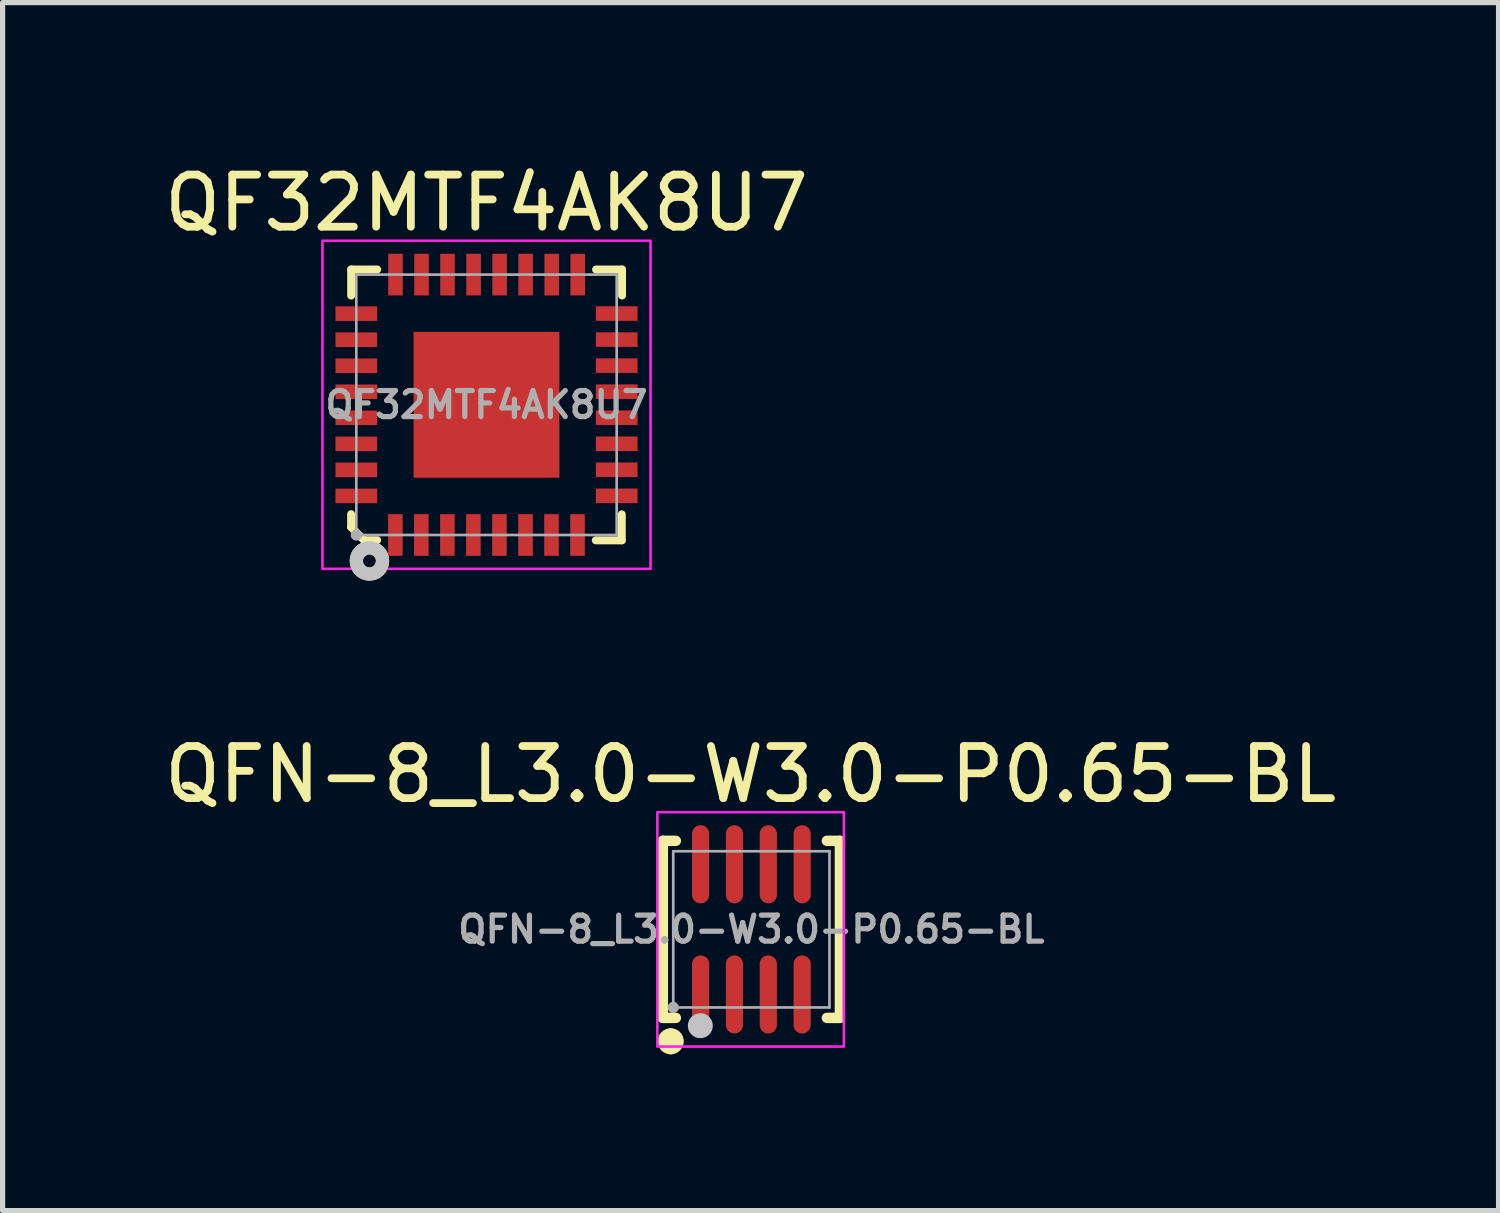
<source format=kicad_pcb>
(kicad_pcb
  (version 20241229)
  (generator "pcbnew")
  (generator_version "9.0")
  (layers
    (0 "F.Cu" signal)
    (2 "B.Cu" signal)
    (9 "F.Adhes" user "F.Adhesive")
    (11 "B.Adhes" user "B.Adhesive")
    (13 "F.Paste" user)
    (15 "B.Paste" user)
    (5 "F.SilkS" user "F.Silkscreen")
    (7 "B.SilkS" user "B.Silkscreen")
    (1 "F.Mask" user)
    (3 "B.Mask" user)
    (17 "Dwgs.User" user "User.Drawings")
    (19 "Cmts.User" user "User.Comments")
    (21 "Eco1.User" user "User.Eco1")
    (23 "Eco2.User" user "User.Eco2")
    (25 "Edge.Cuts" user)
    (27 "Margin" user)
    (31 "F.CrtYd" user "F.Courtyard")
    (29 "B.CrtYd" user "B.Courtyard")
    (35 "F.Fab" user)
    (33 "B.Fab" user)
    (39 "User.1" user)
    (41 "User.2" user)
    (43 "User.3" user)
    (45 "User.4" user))
  (footprint "QF32MTF4AK8U7"
    (layer "F.Cu")
    (at 6.292 4.723)
    (property "Reference" "QF32MTF4AK8U7" (at 0 -3.875 0) (layer "F.SilkS") (effects (font (size 1 1) (thickness 0.15))))
    (fp_line (start -2.6 2.1) (end -2.6 2.35) (stroke (width 0.152) (type default)) (layer "F.SilkS"))
    (fp_line (start -2.6 2.35) (end -2.35 2.6) (stroke (width 0.152) (type default)) (layer "F.SilkS"))
    (fp_line (start -2.599 -2.598) (end -2.599 -2.098) (stroke (width 0.152) (type default)) (layer "F.SilkS"))
    (fp_line (start -2.599 -2.598) (end -2.099 -2.598) (stroke (width 0.152) (type default)) (layer "F.SilkS"))
    (fp_line (start -2.35 2.6) (end -2.1 2.6) (stroke (width 0.152) (type default)) (layer "F.SilkS"))
    (fp_line (start 2.598 2.603) (end 2.098 2.603) (stroke (width 0.152) (type default)) (layer "F.SilkS"))
    (fp_line (start 2.598 2.603) (end 2.598 2.103) (stroke (width 0.152) (type default)) (layer "F.SilkS"))
    (fp_line (start 2.603 -2.598) (end 2.103 -2.598) (stroke (width 0.152) (type default)) (layer "F.SilkS"))
    (fp_line (start 2.603 -2.598) (end 2.603 -2.098) (stroke (width 0.152) (type default)) (layer "F.SilkS"))
    (fp_circle (center -2.248 2.998) (end -2.123 2.998) (stroke (width 0.254) (type default)) (fill no) (layer "F.SilkS"))
    (fp_poly (pts (xy -2.1 -1.61) (xy -2.1 -1.89) (xy -2.9 -1.89) (xy -2.9 -1.61)) (stroke (width 0) (type default)) (fill yes) (layer "F.Paste"))
    (fp_poly (pts (xy -2.1 -1.11) (xy -2.1 -1.39) (xy -2.9 -1.39) (xy -2.9 -1.11)) (stroke (width 0) (type default)) (fill yes) (layer "F.Paste"))
    (fp_poly (pts (xy -2.1 -0.61) (xy -2.1 -0.89) (xy -2.9 -0.89) (xy -2.9 -0.61)) (stroke (width 0) (type default)) (fill yes) (layer "F.Paste"))
    (fp_poly (pts (xy -2.1 -0.11) (xy -2.1 -0.39) (xy -2.9 -0.39) (xy -2.9 -0.11)) (stroke (width 0) (type default)) (fill yes) (layer "F.Paste"))
    (fp_poly (pts (xy -2.1 0.39) (xy -2.1 0.11) (xy -2.9 0.11) (xy -2.9 0.39)) (stroke (width 0) (type default)) (fill yes) (layer "F.Paste"))
    (fp_poly (pts (xy -2.1 0.89) (xy -2.1 0.61) (xy -2.9 0.61) (xy -2.9 0.89)) (stroke (width 0) (type default)) (fill yes) (layer "F.Paste"))
    (fp_poly (pts (xy -2.1 1.39) (xy -2.1 1.11) (xy -2.9 1.11) (xy -2.9 1.39)) (stroke (width 0) (type default)) (fill yes) (layer "F.Paste"))
    (fp_poly (pts (xy -2.1 1.89) (xy -2.1 1.61) (xy -2.9 1.61) (xy -2.9 1.89)) (stroke (width 0) (type default)) (fill yes) (layer "F.Paste"))
    (fp_poly (pts (xy -1.889 -2.9) (xy -1.889 -2.1) (xy -1.609 -2.1) (xy -1.609 -2.9)) (stroke (width 0) (type default)) (fill yes) (layer "F.Paste"))
    (fp_poly (pts (xy -1.61 2.9) (xy -1.61 2.1) (xy -1.89 2.1) (xy -1.89 2.9)) (stroke (width 0) (type default)) (fill yes) (layer "F.Paste"))
    (fp_poly (pts (xy -1.389 -2.9) (xy -1.389 -2.1) (xy -1.109 -2.1) (xy -1.109 -2.9)) (stroke (width 0) (type default)) (fill yes) (layer "F.Paste"))
    (fp_poly (pts (xy -1.111 2.9) (xy -1.111 2.1) (xy -1.391 2.1) (xy -1.391 2.9)) (stroke (width 0) (type default)) (fill yes) (layer "F.Paste"))
    (fp_poly (pts (xy -0.612 2.9) (xy -0.612 2.1) (xy -0.891 2.1) (xy -0.891 2.9)) (stroke (width 0) (type default)) (fill yes) (layer "F.Paste"))
    (fp_poly (pts (xy -0.609 -2.1) (xy -0.609 -2.9) (xy -0.888 -2.9) (xy -0.888 -2.1)) (stroke (width 0) (type default)) (fill yes) (layer "F.Paste"))
    (fp_poly (pts (xy -0.112 2.9) (xy -0.112 2.1) (xy -0.392 2.1) (xy -0.392 2.9)) (stroke (width 0) (type default)) (fill yes) (layer "F.Paste"))
    (fp_poly (pts (xy -0.108 -2.1) (xy -0.108 -2.9) (xy -0.389 -2.9) (xy -0.389 -2.1)) (stroke (width 0) (type default)) (fill yes) (layer "F.Paste"))
    (fp_poly (pts (xy 0.389 2.9) (xy 0.389 2.1) (xy 0.108 2.1) (xy 0.108 2.9)) (stroke (width 0) (type default)) (fill yes) (layer "F.Paste"))
    (fp_poly (pts (xy 0.392 -2.1) (xy 0.392 -2.9) (xy 0.112 -2.9) (xy 0.112 -2.1)) (stroke (width 0) (type default)) (fill yes) (layer "F.Paste"))
    (fp_poly (pts (xy 0.888 2.9) (xy 0.888 2.1) (xy 0.609 2.1) (xy 0.609 2.9)) (stroke (width 0) (type default)) (fill yes) (layer "F.Paste"))
    (fp_poly (pts (xy 0.891 -2.1) (xy 0.891 -2.9) (xy 0.612 -2.9) (xy 0.612 -2.1)) (stroke (width 0) (type default)) (fill yes) (layer "F.Paste"))
    (fp_poly (pts (xy 1.109 2.1) (xy 1.109 2.9) (xy 1.389 2.9) (xy 1.389 2.1)) (stroke (width 0) (type default)) (fill yes) (layer "F.Paste"))
    (fp_poly (pts (xy 1.36 1.36) (xy -1.36 1.36) (xy -1.36 -1.36) (xy 1.36 -1.36)) (stroke (width 0) (type default)) (fill yes) (layer "F.Paste"))
    (fp_poly (pts (xy 1.391 -2.1) (xy 1.391 -2.9) (xy 1.111 -2.9) (xy 1.111 -2.1)) (stroke (width 0) (type default)) (fill yes) (layer "F.Paste"))
    (fp_poly (pts (xy 1.609 2.1) (xy 1.609 2.9) (xy 1.889 2.9) (xy 1.889 2.1)) (stroke (width 0) (type default)) (fill yes) (layer "F.Paste"))
    (fp_poly (pts (xy 1.891 -2.1) (xy 1.891 -2.9) (xy 1.611 -2.9) (xy 1.611 -2.1)) (stroke (width 0) (type default)) (fill yes) (layer "F.Paste"))
    (fp_poly (pts (xy 2.1 -1.892) (xy 2.1 -1.612) (xy 2.9 -1.612) (xy 2.9 -1.892)) (stroke (width 0) (type default)) (fill yes) (layer "F.Paste"))
    (fp_poly (pts (xy 2.1 -1.392) (xy 2.1 -1.112) (xy 2.9 -1.112) (xy 2.9 -1.392)) (stroke (width 0) (type default)) (fill yes) (layer "F.Paste"))
    (fp_poly (pts (xy 2.1 -0.892) (xy 2.1 -0.612) (xy 2.9 -0.612) (xy 2.9 -0.892)) (stroke (width 0) (type default)) (fill yes) (layer "F.Paste"))
    (fp_poly (pts (xy 2.1 -0.392) (xy 2.1 -0.112) (xy 2.9 -0.112) (xy 2.9 -0.392)) (stroke (width 0) (type default)) (fill yes) (layer "F.Paste"))
    (fp_poly (pts (xy 2.1 0.108) (xy 2.1 0.388) (xy 2.9 0.388) (xy 2.9 0.108)) (stroke (width 0) (type default)) (fill yes) (layer "F.Paste"))
    (fp_poly (pts (xy 2.1 0.608) (xy 2.1 0.888) (xy 2.9 0.888) (xy 2.9 0.608)) (stroke (width 0) (type default)) (fill yes) (layer "F.Paste"))
    (fp_poly (pts (xy 2.1 1.108) (xy 2.1 1.388) (xy 2.9 1.388) (xy 2.9 1.108)) (stroke (width 0) (type default)) (fill yes) (layer "F.Paste"))
    (fp_poly (pts (xy 2.1 1.608) (xy 2.1 1.888) (xy 2.9 1.888) (xy 2.9 1.608)) (stroke (width 0) (type default)) (fill yes) (layer "F.Paste"))
    (fp_circle (center -2.248 2.998) (end -2.123 2.998) (stroke (width 0.254) (type default)) (fill no) (layer "Dwgs.User"))
    (fp_rect (start -3.15 -3.15) (end 3.15 3.15) (stroke (width 0.05) (type default)) (fill no) (layer "F.CrtYd"))
    (fp_line (start -2.5 -2.5) (end 2.5 -2.5) (stroke (width 0.051) (type default)) (layer "F.Fab"))
    (fp_line (start -2.5 2.5) (end -2.5 -2.5) (stroke (width 0.051) (type default)) (layer "F.Fab"))
    (fp_line (start 2.5 -2.5) (end 2.5 2.5) (stroke (width 0.051) (type default)) (layer "F.Fab"))
    (fp_line (start 2.5 2.5) (end -2.5 2.5) (stroke (width 0.051) (type default)) (layer "F.Fab"))
    (fp_poly (pts (xy -2.445 2.477) (xy -2.477 2.445) (xy -2.523 2.445) (xy -2.555 2.477) (xy -2.555 2.523) (xy -2.523 2.555) (xy -2.477 2.555) (xy -2.445 2.523)) (stroke (width 0.1) (type default)) (fill no) (layer "F.Fab"))
    (fp_poly (pts (xy -2.1 -1.635) (xy -2.1 -1.865) (xy -2.5 -1.865) (xy -2.5 -1.635)) (stroke (width 0.1) (type default)) (fill no) (layer "User.1"))
    (fp_poly (pts (xy -2.1 -1.135) (xy -2.1 -1.365) (xy -2.5 -1.365) (xy -2.5 -1.135)) (stroke (width 0.1) (type default)) (fill no) (layer "User.1"))
    (fp_poly (pts (xy -2.1 -0.635) (xy -2.1 -0.865) (xy -2.5 -0.865) (xy -2.5 -0.635)) (stroke (width 0.1) (type default)) (fill no) (layer "User.1"))
    (fp_poly (pts (xy -2.1 -0.135) (xy -2.1 -0.365) (xy -2.5 -0.365) (xy -2.5 -0.135)) (stroke (width 0.1) (type default)) (fill no) (layer "User.1"))
    (fp_poly (pts (xy -2.1 0.365) (xy -2.1 0.135) (xy -2.5 0.135) (xy -2.5 0.365)) (stroke (width 0.1) (type default)) (fill no) (layer "User.1"))
    (fp_poly (pts (xy -2.1 0.865) (xy -2.1 0.635) (xy -2.5 0.635) (xy -2.5 0.865)) (stroke (width 0.1) (type default)) (fill no) (layer "User.1"))
    (fp_poly (pts (xy -2.1 1.365) (xy -2.1 1.135) (xy -2.5 1.135) (xy -2.5 1.365)) (stroke (width 0.1) (type default)) (fill no) (layer "User.1"))
    (fp_poly (pts (xy -2.1 1.865) (xy -2.1 1.635) (xy -2.5 1.635) (xy -2.5 1.865)) (stroke (width 0.1) (type default)) (fill no) (layer "User.1"))
    (fp_poly (pts (xy -1.865 -2.5) (xy -1.865 -2.1) (xy -1.635 -2.1) (xy -1.635 -2.5)) (stroke (width 0.1) (type default)) (fill no) (layer "User.1"))
    (fp_poly (pts (xy -1.865 2.5) (xy -1.865 2.1) (xy -1.635 2.1) (xy -1.635 2.5)) (stroke (width 0.1) (type default)) (fill no) (layer "User.1"))
    (fp_poly (pts (xy -1.365 -2.5) (xy -1.365 -2.1) (xy -1.135 -2.1) (xy -1.135 -2.5)) (stroke (width 0.1) (type default)) (fill no) (layer "User.1"))
    (fp_poly (pts (xy -1.365 2.5) (xy -1.365 2.1) (xy -1.135 2.1) (xy -1.135 2.5)) (stroke (width 0.1) (type default)) (fill no) (layer "User.1"))
    (fp_poly (pts (xy -0.865 -2.5) (xy -0.865 -2.1) (xy -0.635 -2.1) (xy -0.635 -2.5)) (stroke (width 0.1) (type default)) (fill no) (layer "User.1"))
    (fp_poly (pts (xy -0.865 2.5) (xy -0.865 2.1) (xy -0.635 2.1) (xy -0.635 2.5)) (stroke (width 0.1) (type default)) (fill no) (layer "User.1"))
    (fp_poly (pts (xy -0.365 -2.5) (xy -0.365 -2.1) (xy -0.135 -2.1) (xy -0.135 -2.5)) (stroke (width 0.1) (type default)) (fill no) (layer "User.1"))
    (fp_poly (pts (xy -0.365 2.5) (xy -0.365 2.1) (xy -0.135 2.1) (xy -0.135 2.5)) (stroke (width 0.1) (type default)) (fill no) (layer "User.1"))
    (fp_poly (pts (xy 0.135 -2.5) (xy 0.135 -2.1) (xy 0.365 -2.1) (xy 0.365 -2.5)) (stroke (width 0.1) (type default)) (fill no) (layer "User.1"))
    (fp_poly (pts (xy 0.135 2.5) (xy 0.135 2.1) (xy 0.365 2.1) (xy 0.365 2.5)) (stroke (width 0.1) (type default)) (fill no) (layer "User.1"))
    (fp_poly (pts (xy 0.635 -2.5) (xy 0.635 -2.1) (xy 0.865 -2.1) (xy 0.865 -2.5)) (stroke (width 0.1) (type default)) (fill no) (layer "User.1"))
    (fp_poly (pts (xy 0.635 2.5) (xy 0.635 2.1) (xy 0.865 2.1) (xy 0.865 2.5)) (stroke (width 0.1) (type default)) (fill no) (layer "User.1"))
    (fp_poly (pts (xy 1.135 -2.5) (xy 1.135 -2.1) (xy 1.365 -2.1) (xy 1.365 -2.5)) (stroke (width 0.1) (type default)) (fill no) (layer "User.1"))
    (fp_poly (pts (xy 1.135 2.5) (xy 1.135 2.1) (xy 1.365 2.1) (xy 1.365 2.5)) (stroke (width 0.1) (type default)) (fill no) (layer "User.1"))
    (fp_poly (pts (xy 1.4 1.4) (xy -1.4 1.4) (xy -1.4 -1.4) (xy 1.4 -1.4)) (stroke (width 0.1) (type default)) (fill no) (layer "User.1"))
    (fp_poly (pts (xy 1.635 -2.5) (xy 1.635 -2.1) (xy 1.865 -2.1) (xy 1.865 -2.5)) (stroke (width 0.1) (type default)) (fill no) (layer "User.1"))
    (fp_poly (pts (xy 1.635 2.5) (xy 1.635 2.1) (xy 1.865 2.1) (xy 1.865 2.5)) (stroke (width 0.1) (type default)) (fill no) (layer "User.1"))
    (fp_poly (pts (xy 2.1 -1.635) (xy 2.1 -1.865) (xy 2.5 -1.865) (xy 2.5 -1.635)) (stroke (width 0.1) (type default)) (fill no) (layer "User.1"))
    (fp_poly (pts (xy 2.1 -1.135) (xy 2.1 -1.365) (xy 2.5 -1.365) (xy 2.5 -1.135)) (stroke (width 0.1) (type default)) (fill no) (layer "User.1"))
    (fp_poly (pts (xy 2.1 -0.635) (xy 2.1 -0.865) (xy 2.5 -0.865) (xy 2.5 -0.635)) (stroke (width 0.1) (type default)) (fill no) (layer "User.1"))
    (fp_poly (pts (xy 2.1 -0.135) (xy 2.1 -0.365) (xy 2.5 -0.365) (xy 2.5 -0.135)) (stroke (width 0.1) (type default)) (fill no) (layer "User.1"))
    (fp_poly (pts (xy 2.1 0.365) (xy 2.1 0.135) (xy 2.5 0.135) (xy 2.5 0.365)) (stroke (width 0.1) (type default)) (fill no) (layer "User.1"))
    (fp_poly (pts (xy 2.1 0.865) (xy 2.1 0.635) (xy 2.5 0.635) (xy 2.5 0.865)) (stroke (width 0.1) (type default)) (fill no) (layer "User.1"))
    (fp_poly (pts (xy 2.1 1.365) (xy 2.1 1.135) (xy 2.5 1.135) (xy 2.5 1.365)) (stroke (width 0.1) (type default)) (fill no) (layer "User.1"))
    (fp_poly (pts (xy 2.1 1.865) (xy 2.1 1.635) (xy 2.5 1.635) (xy 2.5 1.865)) (stroke (width 0.1) (type default)) (fill no) (layer "User.1"))
    (fp_text user "${REFERENCE}" (at 0 0 0) (layer "F.Fab") (effects (font (size 0.5 0.5) (thickness 0.1))))
    (pad "1" smd rect (at -1.75 2.5) (size 0.28 0.8) (layers "F.Cu" "F.Mask" "F.Paste"))
    (pad "2" smd rect (at -1.252 2.5) (size 0.28 0.8) (layers "F.Cu" "F.Mask" "F.Paste"))
    (pad "3" smd rect (at -0.751 2.5) (size 0.28 0.8) (layers "F.Cu" "F.Mask" "F.Paste"))
    (pad "4" smd rect (at -0.252 2.5) (size 0.28 0.8) (layers "F.Cu" "F.Mask" "F.Paste"))
    (pad "5" smd rect (at 0.248 2.5) (size 0.28 0.8) (layers "F.Cu" "F.Mask" "F.Paste"))
    (pad "6" smd rect (at 0.749 2.5) (size 0.28 0.8) (layers "F.Cu" "F.Mask" "F.Paste"))
    (pad "7" smd rect (at 1.248 2.5) (size 0.28 0.8) (layers "F.Cu" "F.Mask" "F.Paste"))
    (pad "8" smd rect (at 1.748 2.5) (size 0.28 0.8) (layers "F.Cu" "F.Mask" "F.Paste"))
    (pad "9" smd rect (at 2.5 1.748) (size 0.8 0.28) (layers "F.Cu" "F.Mask" "F.Paste"))
    (pad "10" smd rect (at 2.5 1.248) (size 0.8 0.28) (layers "F.Cu" "F.Mask" "F.Paste"))
    (pad "11" smd rect (at 2.5 0.748) (size 0.8 0.28) (layers "F.Cu" "F.Mask" "F.Paste"))
    (pad "12" smd rect (at 2.5 0.248) (size 0.8 0.28) (layers "F.Cu" "F.Mask" "F.Paste"))
    (pad "13" smd rect (at 2.5 -0.252) (size 0.8 0.28) (layers "F.Cu" "F.Mask" "F.Paste"))
    (pad "14" smd rect (at 2.5 -0.752) (size 0.8 0.28) (layers "F.Cu" "F.Mask" "F.Paste"))
    (pad "15" smd rect (at 2.5 -1.252) (size 0.8 0.28) (layers "F.Cu" "F.Mask" "F.Paste"))
    (pad "16" smd rect (at 2.5 -1.752) (size 0.8 0.28) (layers "F.Cu" "F.Mask" "F.Paste"))
    (pad "17" smd rect (at 1.752 -2.5) (size 0.28 0.8) (layers "F.Cu" "F.Mask" "F.Paste"))
    (pad "18" smd rect (at 1.252 -2.5) (size 0.28 0.8) (layers "F.Cu" "F.Mask" "F.Paste"))
    (pad "19" smd rect (at 0.751 -2.5) (size 0.28 0.8) (layers "F.Cu" "F.Mask" "F.Paste"))
    (pad "20" smd rect (at 0.252 -2.5) (size 0.28 0.8) (layers "F.Cu" "F.Mask" "F.Paste"))
    (pad "21" smd rect (at -0.248 -2.5) (size 0.28 0.8) (layers "F.Cu" "F.Mask" "F.Paste"))
    (pad "22" smd rect (at -0.749 -2.5) (size 0.28 0.8) (layers "F.Cu" "F.Mask" "F.Paste"))
    (pad "23" smd rect (at -1.248 -2.5) (size 0.28 0.8) (layers "F.Cu" "F.Mask" "F.Paste"))
    (pad "24" smd rect (at -1.748 -2.5) (size 0.28 0.8) (layers "F.Cu" "F.Mask" "F.Paste"))
    (pad "25" smd rect (at -2.5 -1.75) (size 0.8 0.28) (layers "F.Cu" "F.Mask" "F.Paste"))
    (pad "26" smd rect (at -2.5 -1.25) (size 0.8 0.28) (layers "F.Cu" "F.Mask" "F.Paste"))
    (pad "27" smd rect (at -2.5 -0.75) (size 0.8 0.28) (layers "F.Cu" "F.Mask" "F.Paste"))
    (pad "28" smd rect (at -2.5 -0.25) (size 0.8 0.28) (layers "F.Cu" "F.Mask" "F.Paste"))
    (pad "29" smd rect (at -2.5 0.25) (size 0.8 0.28) (layers "F.Cu" "F.Mask" "F.Paste"))
    (pad "30" smd rect (at -2.5 0.75) (size 0.8 0.28) (layers "F.Cu" "F.Mask" "F.Paste"))
    (pad "31" smd rect (at -2.5 1.25) (size 0.8 0.28) (layers "F.Cu" "F.Mask" "F.Paste"))
    (pad "32" smd rect (at -2.5 1.75) (size 0.8 0.28) (layers "F.Cu" "F.Mask" "F.Paste"))
    (pad "33" smd rect (at 0 0 180) (size 2.8 2.8) (layers "F.Cu" "F.Mask" "F.Paste")))
  (footprint "QFN-8_L3.0-W3.0-P0.65-BL"
    (layer "F.Cu")
    (at 11.378 14.796)
    (property "Reference" "QFN-8_L3.0-W3.0-P0.65-BL" (at -0.015 -2.975 0) (layer "F.SilkS") (effects (font (size 1 1) (thickness 0.15))))
    (fp_line (start -1.7 -1.7) (end -1.45 -1.7) (stroke (width 0.2) (type default)) (layer "F.SilkS"))
    (fp_line (start -1.7 1.7) (end -1.7 -1.7) (stroke (width 0.2) (type default)) (layer "F.SilkS"))
    (fp_line (start -1.45 1.7) (end -1.7 1.7) (stroke (width 0.2) (type default)) (layer "F.SilkS"))
    (fp_line (start 1.45 -1.7) (end 1.7 -1.7) (stroke (width 0.2) (type default)) (layer "F.SilkS"))
    (fp_line (start 1.7 -1.7) (end 1.7 1.7) (stroke (width 0.2) (type default)) (layer "F.SilkS"))
    (fp_line (start 1.7 1.7) (end 1.45 1.7) (stroke (width 0.2) (type default)) (layer "F.SilkS"))
    (fp_arc (start -1.548 2.2745) (mid -1.672998 2.15025) (end -1.5495 2.0245) (stroke (width 0.25) (type default)) (layer "F.SilkS"))
    (fp_arc (start -1.547 2.0245) (mid -1.422997 2.15) (end -1.548 2.2745) (stroke (width 0.25) (type default)) (layer "F.SilkS"))
    (fp_circle (center -0.98 1.85) (end -0.86 1.85) (stroke (width 0.24) (type default)) (fill no) (layer "Dwgs.User"))
    (fp_rect (start -1.805 -2.25) (end 1.776 2.25) (stroke (width 0.05) (type default)) (fill no) (layer "F.CrtYd"))
    (fp_line (start -1.5 -1.5) (end 1.5 -1.5) (stroke (width 0.051) (type default)) (layer "F.Fab"))
    (fp_line (start -1.5 1.5) (end -1.5 -1.5) (stroke (width 0.051) (type default)) (layer "F.Fab"))
    (fp_line (start 1.5 -1.5) (end 1.5 1.5) (stroke (width 0.051) (type default)) (layer "F.Fab"))
    (fp_line (start 1.5 1.5) (end -1.5 1.5) (stroke (width 0.051) (type default)) (layer "F.Fab"))
    (fp_poly (pts (xy -1.445 1.477) (xy -1.477 1.445) (xy -1.523 1.445) (xy -1.555 1.477) (xy -1.555 1.523) (xy -1.523 1.555) (xy -1.477 1.555) (xy -1.445 1.523)) (stroke (width 0.1) (type default)) (fill no) (layer "F.Fab"))
    (fp_poly (pts (xy -1.125 0.5) (xy -0.825 0.5) (xy -0.825 1.5) (xy -1.125 1.5)) (stroke (width 0.1) (type default)) (fill no) (layer "User.1"))
    (fp_poly (pts (xy -0.825 -0.5) (xy -1.125 -0.5) (xy -1.125 -1.5) (xy -0.825 -1.5)) (stroke (width 0.1) (type default)) (fill no) (layer "User.1"))
    (fp_poly (pts (xy -0.475 0.5) (xy -0.175 0.5) (xy -0.175 1.5) (xy -0.475 1.5)) (stroke (width 0.1) (type default)) (fill no) (layer "User.1"))
    (fp_poly (pts (xy -0.175 -0.5) (xy -0.475 -0.5) (xy -0.475 -1.5) (xy -0.175 -1.5)) (stroke (width 0.1) (type default)) (fill no) (layer "User.1"))
    (fp_poly (pts (xy 0.175 0.5) (xy 0.475 0.5) (xy 0.475 1.5) (xy 0.175 1.5)) (stroke (width 0.1) (type default)) (fill no) (layer "User.1"))
    (fp_poly (pts (xy 0.475 -0.5) (xy 0.175 -0.5) (xy 0.175 -1.5) (xy 0.475 -1.5)) (stroke (width 0.1) (type default)) (fill no) (layer "User.1"))
    (fp_poly (pts (xy 0.825 0.5) (xy 1.125 0.5) (xy 1.125 1.5) (xy 0.825 1.5)) (stroke (width 0.1) (type default)) (fill no) (layer "User.1"))
    (fp_poly (pts (xy 1.125 -0.5) (xy 0.825 -0.5) (xy 0.825 -1.5) (xy 1.125 -1.5)) (stroke (width 0.1) (type default)) (fill no) (layer "User.1"))
    (fp_text user "${REFERENCE}" (at 0 0 0) (layer "F.Fab") (effects (font (size 0.5 0.5) (thickness 0.1))))
    (pad "1" smd oval (at -0.975 1.25) (size 0.33 1.5) (layers "F.Cu" "F.Mask" "F.Paste"))
    (pad "2" smd oval (at -0.325 1.25) (size 0.33 1.5) (layers "F.Cu" "F.Mask" "F.Paste"))
    (pad "3" smd oval (at 0.325 1.25) (size 0.33 1.5) (layers "F.Cu" "F.Mask" "F.Paste"))
    (pad "4" smd oval (at 0.975 1.25) (size 0.33 1.5) (layers "F.Cu" "F.Mask" "F.Paste"))
    (pad "5" smd oval (at 0.975 -1.25 180) (size 0.33 1.5) (layers "F.Cu" "F.Mask" "F.Paste"))
    (pad "6" smd oval (at 0.325 -1.25 180) (size 0.33 1.5) (layers "F.Cu" "F.Mask" "F.Paste"))
    (pad "7" smd oval (at -0.325 -1.25 180) (size 0.33 1.5) (layers "F.Cu" "F.Mask" "F.Paste"))
    (pad "8" smd oval (at -0.975 -1.25 180) (size 0.33 1.5) (layers "F.Cu" "F.Mask" "F.Paste")))
  (gr_rect
    (start -3 -3)
    (end 25.726 20.196)
    (stroke (width 0.1) (type default))
    (fill no)
    (layer "Edge.Cuts")))
</source>
